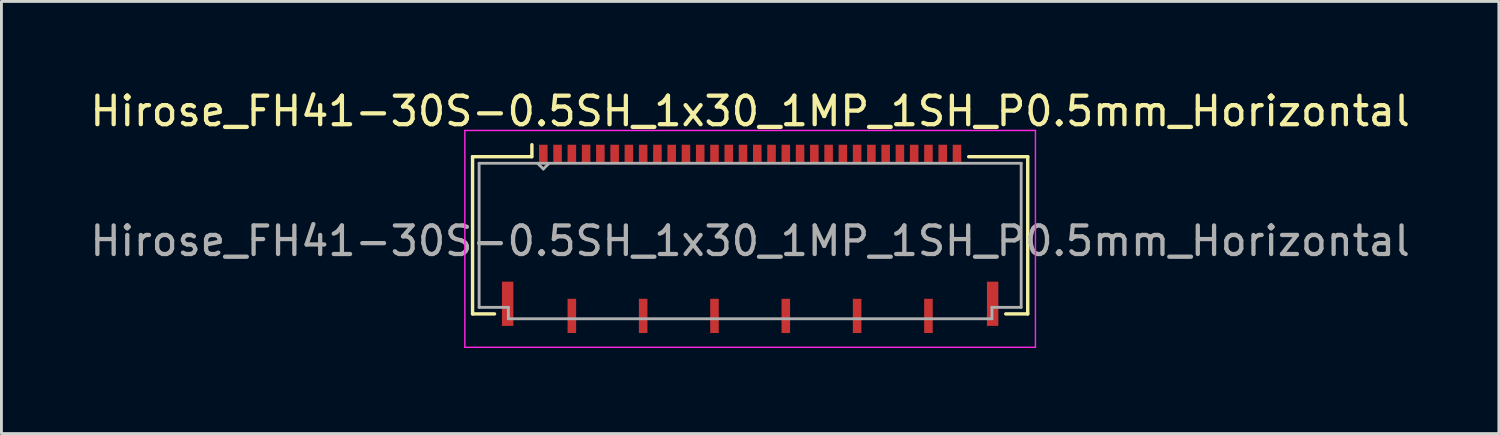
<source format=kicad_pcb>
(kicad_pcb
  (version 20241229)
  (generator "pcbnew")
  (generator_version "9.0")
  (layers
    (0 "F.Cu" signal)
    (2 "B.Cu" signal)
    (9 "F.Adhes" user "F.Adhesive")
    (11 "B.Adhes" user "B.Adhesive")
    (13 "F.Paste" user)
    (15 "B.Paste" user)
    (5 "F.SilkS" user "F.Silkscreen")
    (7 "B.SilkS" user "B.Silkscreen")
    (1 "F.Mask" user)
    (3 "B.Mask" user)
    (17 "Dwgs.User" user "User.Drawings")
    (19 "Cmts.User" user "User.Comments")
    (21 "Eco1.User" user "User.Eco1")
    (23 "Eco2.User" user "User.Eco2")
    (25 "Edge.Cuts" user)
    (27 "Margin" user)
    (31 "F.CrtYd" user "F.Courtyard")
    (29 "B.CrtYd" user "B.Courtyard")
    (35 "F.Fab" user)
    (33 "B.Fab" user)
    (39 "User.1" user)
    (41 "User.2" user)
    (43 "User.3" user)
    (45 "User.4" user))
  (footprint "Hirose_FH41-30S-0.5SH_1x30_1MP_1SH_P0.5mm_Horizontal"
    (layer "F.Cu")
    (at 23.244 5.323)
    (property "Reference" "Hirose_FH41-30S-0.5SH_1x30_1MP_1SH_P0.5mm_Horizontal" (at 0 -4.475 0) (layer "F.SilkS") (effects (font (size 1 1) (thickness 0.15))))
    (attr smd)
    (fp_line (start -9.73 -2.88) (end -9.73 2.63) (stroke (width 0.12) (type solid)) (layer "F.SilkS"))
    (fp_line (start -9.73 2.63) (end -8.96 2.63) (stroke (width 0.12) (type solid)) (layer "F.SilkS"))
    (fp_line (start -7.66 -2.88) (end -9.73 -2.88) (stroke (width 0.12) (type solid)) (layer "F.SilkS"))
    (fp_line (start -7.65 -2.88) (end -7.65 -3.3) (stroke (width 0.12) (type solid)) (layer "F.SilkS"))
    (fp_line (start 7.66 -2.88) (end 9.73 -2.88) (stroke (width 0.12) (type solid)) (layer "F.SilkS"))
    (fp_line (start 9.73 -2.88) (end 9.73 2.63) (stroke (width 0.12) (type solid)) (layer "F.SilkS"))
    (fp_line (start 9.73 2.63) (end 8.96 2.63) (stroke (width 0.12) (type solid)) (layer "F.SilkS"))
    (fp_line (start -10 -3.8) (end -10 3.8) (stroke (width 0.05) (type solid)) (layer "F.CrtYd"))
    (fp_line (start -10 -3.8) (end 10 -3.8) (stroke (width 0.05) (type solid)) (layer "F.CrtYd"))
    (fp_line (start -10 3.8) (end 10 3.8) (stroke (width 0.05) (type solid)) (layer "F.CrtYd"))
    (fp_line (start 10 -3.8) (end 10 3.8) (stroke (width 0.05) (type solid)) (layer "F.CrtYd"))
    (fp_line (start -9.5 -2.65) (end 9.5 -2.65) (stroke (width 0.1) (type solid)) (layer "F.Fab"))
    (fp_line (start -9.5 2.4) (end -9.5 -2.65) (stroke (width 0.1) (type solid)) (layer "F.Fab"))
    (fp_line (start -8.475 2.4) (end -9.5 2.4) (stroke (width 0.1) (type solid)) (layer "F.Fab"))
    (fp_line (start -8.475 2.8) (end -8.475 2.4) (stroke (width 0.1) (type solid)) (layer "F.Fab"))
    (fp_line (start -7.45 -2.65) (end -7.25 -2.45) (stroke (width 0.1) (type solid)) (layer "F.Fab"))
    (fp_line (start -7.25 -2.45) (end -7.05 -2.65) (stroke (width 0.1) (type solid)) (layer "F.Fab"))
    (fp_line (start 8.475 2.4) (end 8.475 2.8) (stroke (width 0.1) (type solid)) (layer "F.Fab"))
    (fp_line (start 8.475 2.8) (end -8.475 2.8) (stroke (width 0.1) (type solid)) (layer "F.Fab"))
    (fp_line (start 9.5 -2.65) (end 9.5 2.4) (stroke (width 0.1) (type solid)) (layer "F.Fab"))
    (fp_line (start 9.5 2.4) (end 8.475 2.4) (stroke (width 0.1) (type solid)) (layer "F.Fab"))
    (fp_text user "${REFERENCE}" (at 0 0.075 0) (layer "F.Fab") (effects (font (size 1 1) (thickness 0.15))))
    (pad "1" smd rect (at -7.25 -2.975) (size 0.3 0.65) (layers "F.Cu" "F.Mask" "F.Paste"))
    (pad "2" smd rect (at -6.75 -2.975) (size 0.3 0.65) (layers "F.Cu" "F.Mask" "F.Paste"))
    (pad "3" smd rect (at -6.25 -2.975) (size 0.3 0.65) (layers "F.Cu" "F.Mask" "F.Paste"))
    (pad "4" smd rect (at -5.75 -2.975) (size 0.3 0.65) (layers "F.Cu" "F.Mask" "F.Paste"))
    (pad "5" smd rect (at -5.25 -2.975) (size 0.3 0.65) (layers "F.Cu" "F.Mask" "F.Paste"))
    (pad "6" smd rect (at -4.75 -2.975) (size 0.3 0.65) (layers "F.Cu" "F.Mask" "F.Paste"))
    (pad "7" smd rect (at -4.25 -2.975) (size 0.3 0.65) (layers "F.Cu" "F.Mask" "F.Paste"))
    (pad "8" smd rect (at -3.75 -2.975) (size 0.3 0.65) (layers "F.Cu" "F.Mask" "F.Paste"))
    (pad "9" smd rect (at -3.25 -2.975) (size 0.3 0.65) (layers "F.Cu" "F.Mask" "F.Paste"))
    (pad "10" smd rect (at -2.75 -2.975) (size 0.3 0.65) (layers "F.Cu" "F.Mask" "F.Paste"))
    (pad "11" smd rect (at -2.25 -2.975) (size 0.3 0.65) (layers "F.Cu" "F.Mask" "F.Paste"))
    (pad "12" smd rect (at -1.75 -2.975) (size 0.3 0.65) (layers "F.Cu" "F.Mask" "F.Paste"))
    (pad "13" smd rect (at -1.25 -2.975) (size 0.3 0.65) (layers "F.Cu" "F.Mask" "F.Paste"))
    (pad "14" smd rect (at -0.75 -2.975) (size 0.3 0.65) (layers "F.Cu" "F.Mask" "F.Paste"))
    (pad "15" smd rect (at -0.25 -2.975) (size 0.3 0.65) (layers "F.Cu" "F.Mask" "F.Paste"))
    (pad "16" smd rect (at 0.25 -2.975) (size 0.3 0.65) (layers "F.Cu" "F.Mask" "F.Paste"))
    (pad "17" smd rect (at 0.75 -2.975) (size 0.3 0.65) (layers "F.Cu" "F.Mask" "F.Paste"))
    (pad "18" smd rect (at 1.25 -2.975) (size 0.3 0.65) (layers "F.Cu" "F.Mask" "F.Paste"))
    (pad "19" smd rect (at 1.75 -2.975) (size 0.3 0.65) (layers "F.Cu" "F.Mask" "F.Paste"))
    (pad "20" smd rect (at 2.25 -2.975) (size 0.3 0.65) (layers "F.Cu" "F.Mask" "F.Paste"))
    (pad "21" smd rect (at 2.75 -2.975) (size 0.3 0.65) (layers "F.Cu" "F.Mask" "F.Paste"))
    (pad "22" smd rect (at 3.25 -2.975) (size 0.3 0.65) (layers "F.Cu" "F.Mask" "F.Paste"))
    (pad "23" smd rect (at 3.75 -2.975) (size 0.3 0.65) (layers "F.Cu" "F.Mask" "F.Paste"))
    (pad "24" smd rect (at 4.25 -2.975) (size 0.3 0.65) (layers "F.Cu" "F.Mask" "F.Paste"))
    (pad "25" smd rect (at 4.75 -2.975) (size 0.3 0.65) (layers "F.Cu" "F.Mask" "F.Paste"))
    (pad "26" smd rect (at 5.25 -2.975) (size 0.3 0.65) (layers "F.Cu" "F.Mask" "F.Paste"))
    (pad "27" smd rect (at 5.75 -2.975) (size 0.3 0.65) (layers "F.Cu" "F.Mask" "F.Paste"))
    (pad "28" smd rect (at 6.25 -2.975) (size 0.3 0.65) (layers "F.Cu" "F.Mask" "F.Paste"))
    (pad "29" smd rect (at 6.75 -2.975) (size 0.3 0.65) (layers "F.Cu" "F.Mask" "F.Paste"))
    (pad "30" smd rect (at 7.25 -2.975) (size 0.3 0.65) (layers "F.Cu" "F.Mask" "F.Paste"))
    (pad "MP" smd rect (at -8.5 2.275) (size 0.4 1.55) (layers "F.Cu" "F.Mask" "F.Paste"))
    (pad "MP" smd rect (at 8.5 2.275) (size 0.4 1.55) (layers "F.Cu" "F.Mask" "F.Paste"))
    (pad "SH" smd rect (at -6.25 2.7) (size 0.3 1.2) (layers "F.Cu" "F.Mask" "F.Paste"))
    (pad "SH" smd rect (at -3.75 2.7) (size 0.3 1.2) (layers "F.Cu" "F.Mask" "F.Paste"))
    (pad "SH" smd rect (at -1.25 2.7) (size 0.3 1.2) (layers "F.Cu" "F.Mask" "F.Paste"))
    (pad "SH" smd rect (at 1.25 2.7) (size 0.3 1.2) (layers "F.Cu" "F.Mask" "F.Paste"))
    (pad "SH" smd rect (at 3.75 2.7) (size 0.3 1.2) (layers "F.Cu" "F.Mask" "F.Paste"))
    (pad "SH" smd rect (at 6.25 2.7) (size 0.3 1.2) (layers "F.Cu" "F.Mask" "F.Paste")))
  (gr_rect
    (start -3 -3)
    (end 49.488 12.148)
    (stroke (width 0.1) (type default))
    (fill no)
    (layer "Edge.Cuts")))
</source>
